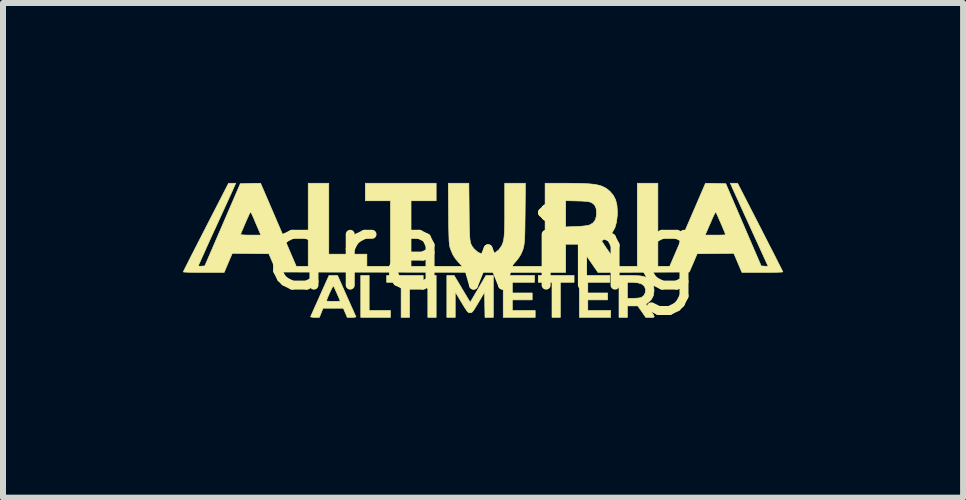
<source format=kicad_pcb>
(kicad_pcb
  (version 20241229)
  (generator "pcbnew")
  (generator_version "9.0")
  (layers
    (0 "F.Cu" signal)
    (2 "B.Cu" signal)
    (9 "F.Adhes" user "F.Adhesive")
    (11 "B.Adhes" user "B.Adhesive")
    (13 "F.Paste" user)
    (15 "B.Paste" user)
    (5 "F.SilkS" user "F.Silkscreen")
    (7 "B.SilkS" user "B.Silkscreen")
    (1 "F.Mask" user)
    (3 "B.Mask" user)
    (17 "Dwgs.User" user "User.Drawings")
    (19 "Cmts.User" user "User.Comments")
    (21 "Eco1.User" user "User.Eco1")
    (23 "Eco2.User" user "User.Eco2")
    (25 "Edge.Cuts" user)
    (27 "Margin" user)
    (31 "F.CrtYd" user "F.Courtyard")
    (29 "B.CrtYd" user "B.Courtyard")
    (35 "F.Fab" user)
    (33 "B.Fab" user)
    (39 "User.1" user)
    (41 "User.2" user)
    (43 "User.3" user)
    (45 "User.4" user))
  (footprint "drawing"
    (layer "F.Cu")
    (at 4.996 1.123)
    (property "Reference" "drawing" (at 0 0 0) (layer "F.SilkS") (effects (font (size 1.27 1.27) (thickness 0.15))))
    (attr through_hole)
    (fp_poly (pts (xy -0.775 1.118) (xy -0.914 1.118) (xy -0.914 0.419) (xy -0.775 0.419) (xy -0.775 1.118)) (stroke (width 0.01) (type solid)) (fill yes) (layer "F.SilkS"))
    (fp_poly (pts (xy -1.892 1.003) (xy -1.537 1.003) (xy -1.537 1.118) (xy -2.032 1.118) (xy -2.032 0.419) (xy -1.892 0.419) (xy -1.892 1.003)) (stroke (width 0.01) (type solid)) (fill yes) (layer "F.SilkS"))
    (fp_poly (pts (xy -0.991 0.533) (xy -1.219 0.533) (xy -1.219 1.118) (xy -1.359 1.118) (xy -1.359 0.533) (xy -1.6 0.533) (xy -1.6 0.419) (xy -0.991 0.419) (xy -0.991 0.533)) (stroke (width 0.01) (type solid)) (fill yes) (layer "F.SilkS"))
    (fp_poly (pts (xy 1.524 0.533) (xy 1.295 0.533) (xy 1.295 1.118) (xy 1.156 1.118) (xy 1.156 0.533) (xy 0.927 0.533) (xy 0.927 0.419) (xy 1.524 0.419) (xy 1.524 0.533)) (stroke (width 0.01) (type solid)) (fill yes) (layer "F.SilkS"))
    (fp_poly (pts (xy 0.864 0.533) (xy 0.495 0.533) (xy 0.495 0.711) (xy 0.826 0.711) (xy 0.826 0.826) (xy 0.495 0.826) (xy 0.495 1.003) (xy 0.876 1.003) (xy 0.876 1.118) (xy 0.343 1.118) (xy 0.343 0.419) (xy 0.864 0.419) (xy 0.864 0.533)) (stroke (width 0.01) (type solid)) (fill yes) (layer "F.SilkS"))
    (fp_poly (pts (xy 2.121 0.533) (xy 1.753 0.533) (xy 1.753 0.711) (xy 2.083 0.711) (xy 2.083 0.826) (xy 1.753 0.826) (xy 1.753 1.003) (xy 2.134 1.003) (xy 2.134 1.118) (xy 1.613 1.118) (xy 1.613 0.419) (xy 2.121 0.419) (xy 2.121 0.533)) (stroke (width 0.01) (type solid)) (fill yes) (layer "F.SilkS"))
    (fp_poly (pts (xy 0.116 0.419) (xy 0.178 0.419) (xy 0.178 1.118) (xy 0.039 1.118) (xy 0.032 0.697) (xy -0.07 0.869) (xy -0.109 0.934) (xy -0.137 0.98) (xy -0.159 1.011) (xy -0.175 1.029) (xy -0.19 1.038) (xy -0.204 1.041) (xy -0.21 1.041) (xy -0.225 1.04) (xy -0.239 1.034) (xy -0.254 1.02) (xy -0.273 0.994) (xy -0.299 0.955) (xy -0.334 0.898) (xy -0.353 0.867) (xy -0.457 0.692) (xy -0.457 0.905) (xy -0.457 1.118) (xy -0.597 1.118) (xy -0.597 0.419) (xy -0.476 0.419) (xy -0.371 0.594) (xy -0.333 0.658) (xy -0.297 0.718) (xy -0.266 0.769) (xy -0.244 0.806) (xy -0.237 0.817) (xy -0.207 0.866) (xy -0.076 0.643) (xy 0.055 0.419) (xy 0.116 0.419)) (stroke (width 0.01) (type solid)) (fill yes) (layer "F.SilkS"))
    (fp_poly (pts (xy 2.551 0.421) (xy 2.625 0.426) (xy 2.683 0.436) (xy 2.729 0.452) (xy 2.766 0.474) (xy 2.786 0.491) (xy 2.83 0.548) (xy 2.853 0.618) (xy 2.857 0.674) (xy 2.847 0.752) (xy 2.815 0.816) (xy 2.768 0.863) (xy 2.721 0.897) (xy 2.784 0.985) (xy 2.823 1.04) (xy 2.848 1.077) (xy 2.859 1.1) (xy 2.857 1.112) (xy 2.842 1.117) (xy 2.814 1.118) (xy 2.795 1.118) (xy 2.719 1.118) (xy 2.653 1.022) (xy 2.586 0.927) (xy 2.413 0.927) (xy 2.413 1.118) (xy 2.273 1.118) (xy 2.273 0.8) (xy 2.413 0.8) (xy 2.515 0.8) (xy 2.581 0.797) (xy 2.63 0.79) (xy 2.652 0.782) (xy 2.691 0.749) (xy 2.712 0.704) (xy 2.716 0.653) (xy 2.7 0.606) (xy 2.689 0.591) (xy 2.648 0.56) (xy 2.587 0.542) (xy 2.504 0.534) (xy 2.486 0.534) (xy 2.413 0.533) (xy 2.413 0.8) (xy 2.273 0.8) (xy 2.273 0.419) (xy 2.455 0.419) (xy 2.551 0.421)) (stroke (width 0.01) (type solid)) (fill yes) (layer "F.SilkS"))
    (fp_poly (pts (xy -2.49 0.419) (xy -2.419 0.419) (xy -2.268 0.759) (xy -2.229 0.846) (xy -2.194 0.925) (xy -2.163 0.993) (xy -2.139 1.049) (xy -2.121 1.087) (xy -2.112 1.107) (xy -2.112 1.108) (xy -2.12 1.113) (xy -2.148 1.117) (xy -2.182 1.118) (xy -2.257 1.118) (xy -2.323 0.965) (xy -2.661 0.965) (xy -2.691 1.041) (xy -2.722 1.118) (xy -2.797 1.118) (xy -2.836 1.116) (xy -2.862 1.111) (xy -2.868 1.106) (xy -2.862 1.092) (xy -2.847 1.058) (xy -2.824 1.006) (xy -2.795 0.941) (xy -2.76 0.864) (xy -2.751 0.844) (xy -2.603 0.844) (xy -2.592 0.847) (xy -2.56 0.849) (xy -2.515 0.851) (xy -2.489 0.851) (xy -2.439 0.85) (xy -2.4 0.849) (xy -2.378 0.848) (xy -2.375 0.847) (xy -2.38 0.832) (xy -2.393 0.8) (xy -2.411 0.758) (xy -2.432 0.711) (xy -2.453 0.664) (xy -2.471 0.625) (xy -2.484 0.6) (xy -2.488 0.593) (xy -2.496 0.601) (xy -2.51 0.626) (xy -2.529 0.664) (xy -2.55 0.709) (xy -2.571 0.755) (xy -2.588 0.797) (xy -2.6 0.829) (xy -2.603 0.844) (xy -2.751 0.844) (xy -2.722 0.779) (xy -2.713 0.757) (xy -2.561 0.419) (xy -2.49 0.419)) (stroke (width 0.01) (type solid)) (fill yes) (layer "F.SilkS"))
    (fp_poly (pts (xy -3.404 -0.426) (xy -3.107 0.267) (xy -2.908 0.267) (xy -2.908 -1.118) (xy -2.565 -1.118) (xy -2.565 0.064) (xy -1.93 0.064) (xy -1.93 0.267) (xy -1.537 0.267) (xy -1.537 -0.826) (xy -1.956 -0.826) (xy -1.956 -1.118) (xy -0.775 -1.118) (xy -0.775 -0.826) (xy -1.194 -0.826) (xy -1.194 0.267) (xy -0.339 0.267) (xy -0.403 0.199) (xy -0.455 0.138) (xy -0.495 0.075) (xy -0.527 0.001) (xy -0.541 -0.038) (xy -0.547 -0.058) (xy -0.551 -0.082) (xy -0.555 -0.111) (xy -0.559 -0.149) (xy -0.561 -0.198) (xy -0.563 -0.261) (xy -0.565 -0.341) (xy -0.567 -0.439) (xy -0.568 -0.559) (xy -0.568 -0.613) (xy -0.573 -1.118) (xy -0.23 -1.118) (xy -0.225 -0.645) (xy -0.224 -0.515) (xy -0.223 -0.407) (xy -0.22 -0.32) (xy -0.217 -0.25) (xy -0.213 -0.195) (xy -0.207 -0.152) (xy -0.2 -0.118) (xy -0.189 -0.091) (xy -0.176 -0.068) (xy -0.16 -0.046) (xy -0.141 -0.023) (xy -0.08 0.031) (xy -0.01 0.064) (xy 0.064 0.076) (xy 0.138 0.068) (xy 0.207 0.04) (xy 0.268 -0.007) (xy 0.315 -0.073) (xy 0.317 -0.076) (xy 0.33 -0.105) (xy 0.341 -0.136) (xy 0.35 -0.172) (xy 0.356 -0.217) (xy 0.361 -0.272) (xy 0.365 -0.341) (xy 0.367 -0.427) (xy 0.368 -0.531) (xy 0.368 -0.658) (xy 0.368 -0.686) (xy 0.368 -1.118) (xy 0.713 -1.118) (xy 0.708 -0.619) (xy 0.706 -0.486) (xy 0.705 -0.375) (xy 0.703 -0.284) (xy 0.7 -0.21) (xy 0.696 -0.15) (xy 0.691 -0.101) (xy 0.684 -0.061) (xy 0.675 -0.026) (xy 0.664 0.006) (xy 0.65 0.038) (xy 0.635 0.07) (xy 0.611 0.11) (xy 0.577 0.157) (xy 0.543 0.197) (xy 0.48 0.267) (xy 1.041 0.267) (xy 1.041 -0.39) (xy 1.384 -0.39) (xy 1.559 -0.397) (xy 1.651 -0.402) (xy 1.721 -0.41) (xy 1.771 -0.42) (xy 1.787 -0.425) (xy 1.84 -0.457) (xy 1.875 -0.502) (xy 1.894 -0.564) (xy 1.898 -0.623) (xy 1.893 -0.69) (xy 1.876 -0.739) (xy 1.846 -0.775) (xy 1.813 -0.796) (xy 1.79 -0.805) (xy 1.759 -0.812) (xy 1.714 -0.817) (xy 1.653 -0.821) (xy 1.578 -0.823) (xy 1.384 -0.828) (xy 1.384 -0.39) (xy 1.041 -0.39) (xy 1.041 -1.118) (xy 1.41 -1.118) (xy 1.552 -1.117) (xy 1.671 -1.114) (xy 1.77 -1.109) (xy 1.853 -1.101) (xy 1.921 -1.089) (xy 1.978 -1.073) (xy 2.026 -1.052) (xy 2.069 -1.027) (xy 2.108 -0.995) (xy 2.125 -0.98) (xy 2.179 -0.916) (xy 2.217 -0.841) (xy 2.239 -0.752) (xy 2.246 -0.647) (xy 2.245 -0.586) (xy 2.232 -0.473) (xy 2.206 -0.38) (xy 2.165 -0.304) (xy 2.107 -0.241) (xy 2.053 -0.201) (xy 2.018 -0.179) (xy 1.993 -0.163) (xy 1.983 -0.158) (xy 1.989 -0.147) (xy 2.008 -0.119) (xy 2.036 -0.076) (xy 2.073 -0.022) (xy 2.117 0.04) (xy 2.128 0.056) (xy 2.276 0.267) (xy 2.578 0.267) (xy 2.578 -1.118) (xy 2.921 -1.118) (xy 2.921 0.267) (xy 3.019 0.267) (xy 3.118 0.267) (xy 3.342 -0.254) (xy 3.709 -0.254) (xy 3.88 -0.254) (xy 3.943 -0.254) (xy 3.995 -0.255) (xy 4.032 -0.257) (xy 4.05 -0.259) (xy 4.051 -0.259) (xy 4.046 -0.273) (xy 4.033 -0.306) (xy 4.014 -0.351) (xy 3.991 -0.406) (xy 3.966 -0.464) (xy 3.941 -0.52) (xy 3.919 -0.571) (xy 3.901 -0.61) (xy 3.89 -0.634) (xy 3.887 -0.638) (xy 3.879 -0.631) (xy 3.864 -0.605) (xy 3.844 -0.564) (xy 3.826 -0.524) (xy 3.8 -0.462) (xy 3.773 -0.401) (xy 3.75 -0.348) (xy 3.741 -0.327) (xy 3.709 -0.254) (xy 3.342 -0.254) (xy 3.715 -1.118) (xy 3.884 -1.115) (xy 4.053 -1.111) (xy 4.643 0.26) (xy 4.76 0.268) (xy 4.468 -0.371) (xy 4.413 -0.492) (xy 4.36 -0.608) (xy 4.311 -0.715) (xy 4.267 -0.813) (xy 4.228 -0.898) (xy 4.196 -0.968) (xy 4.172 -1.021) (xy 4.157 -1.054) (xy 4.153 -1.064) (xy 4.129 -1.118) (xy 4.25 -1.118) (xy 4.627 -0.384) (xy 4.692 -0.257) (xy 4.753 -0.137) (xy 4.81 -0.025) (xy 4.862 0.076) (xy 4.907 0.165) (xy 4.944 0.239) (xy 4.974 0.297) (xy 4.994 0.337) (xy 5.003 0.357) (xy 5.004 0.359) (xy 4.992 0.362) (xy 4.957 0.364) (xy 4.904 0.366) (xy 4.836 0.367) (xy 4.755 0.368) (xy 4.665 0.368) (xy 4.322 0.368) (xy 4.187 0.05) (xy 3.882 0.054) (xy 3.576 0.057) (xy 3.511 0.21) (xy 3.445 0.362) (xy 1.922 0.368) (xy 1.76 0.133) (xy 1.597 -0.102) (xy 1.491 -0.102) (xy 1.384 -0.102) (xy 1.384 0.133) (xy 1.384 0.368) (xy -1.024 0.365) (xy -3.433 0.362) (xy -3.498 0.21) (xy -3.564 0.057) (xy -3.869 0.054) (xy -4.174 0.05) (xy -4.242 0.209) (xy -4.309 0.368) (xy -4.65 0.368) (xy -4.74 0.368) (xy -4.821 0.367) (xy -4.89 0.366) (xy -4.944 0.364) (xy -4.978 0.362) (xy -4.991 0.36) (xy -4.991 0.36) (xy -4.985 0.347) (xy -4.969 0.314) (xy -4.943 0.262) (xy -4.908 0.193) (xy -4.866 0.109) (xy -4.816 0.012) (xy -4.761 -0.096) (xy -4.701 -0.213) (xy -4.637 -0.337) (xy -4.614 -0.383) (xy -4.236 -1.118) (xy -4.116 -1.118) (xy -4.146 -1.051) (xy -4.157 -1.027) (xy -4.177 -0.981) (xy -4.206 -0.918) (xy -4.242 -0.839) (xy -4.284 -0.747) (xy -4.331 -0.644) (xy -4.382 -0.533) (xy -4.435 -0.416) (xy -4.451 -0.381) (xy -4.505 -0.265) (xy -4.555 -0.155) (xy -4.601 -0.053) (xy -4.641 0.037) (xy -4.676 0.114) (xy -4.703 0.175) (xy -4.723 0.219) (xy -4.733 0.242) (xy -4.734 0.245) (xy -4.735 0.26) (xy -4.723 0.265) (xy -4.692 0.265) (xy -4.686 0.264) (xy -4.632 0.26) (xy -4.403 -0.27) (xy -4.035 -0.27) (xy -4.032 -0.263) (xy -4.014 -0.259) (xy -3.979 -0.256) (xy -3.924 -0.254) (xy -3.869 -0.254) (xy -3.697 -0.254) (xy -3.742 -0.359) (xy -3.769 -0.421) (xy -3.798 -0.49) (xy -3.823 -0.55) (xy -3.826 -0.556) (xy -3.845 -0.598) (xy -3.861 -0.627) (xy -3.872 -0.639) (xy -3.873 -0.639) (xy -3.881 -0.625) (xy -3.895 -0.593) (xy -3.916 -0.546) (xy -3.941 -0.491) (xy -3.967 -0.431) (xy -3.992 -0.372) (xy -4.015 -0.318) (xy -4.033 -0.274) (xy -4.035 -0.27) (xy -4.403 -0.27) (xy -4.336 -0.425) (xy -4.04 -1.111) (xy -3.871 -1.115) (xy -3.702 -1.118) (xy -3.404 -0.426)) (stroke (width 0.01) (type solid)) (fill yes) (layer "F.SilkS")))
  (gr_rect
    (start -3 -3)
    (end 13.005 5.246)
    (stroke (width 0.1) (type default))
    (fill no)
    (layer "Edge.Cuts")))
</source>
